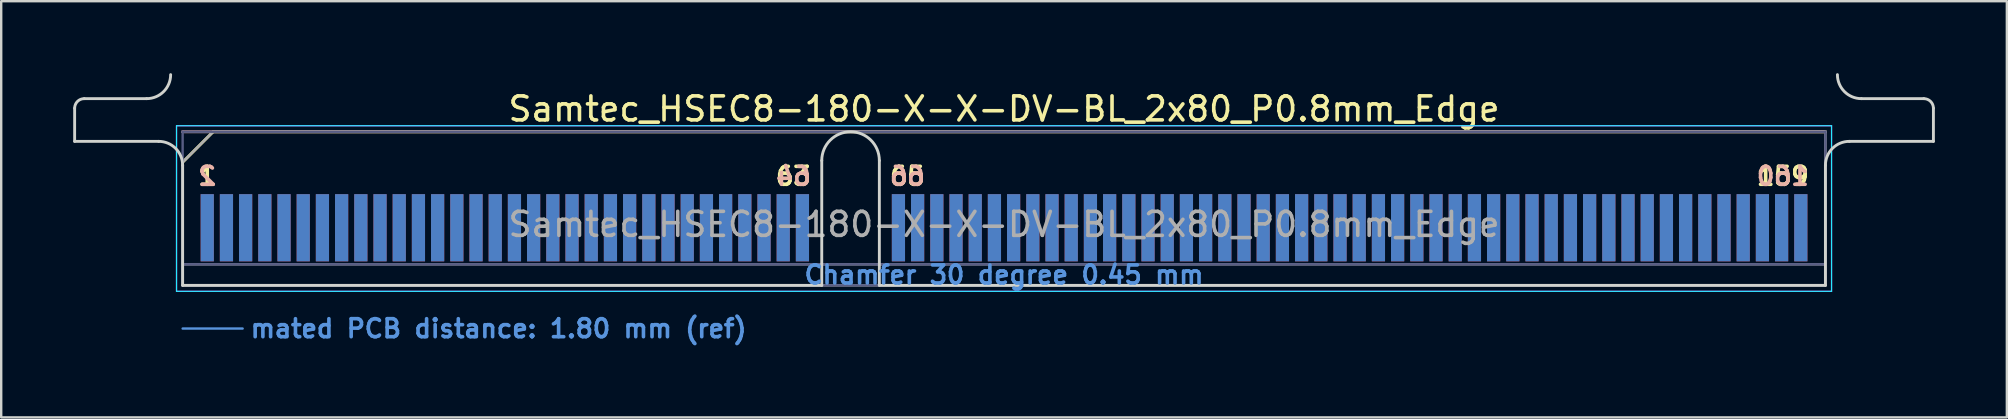
<source format=kicad_pcb>
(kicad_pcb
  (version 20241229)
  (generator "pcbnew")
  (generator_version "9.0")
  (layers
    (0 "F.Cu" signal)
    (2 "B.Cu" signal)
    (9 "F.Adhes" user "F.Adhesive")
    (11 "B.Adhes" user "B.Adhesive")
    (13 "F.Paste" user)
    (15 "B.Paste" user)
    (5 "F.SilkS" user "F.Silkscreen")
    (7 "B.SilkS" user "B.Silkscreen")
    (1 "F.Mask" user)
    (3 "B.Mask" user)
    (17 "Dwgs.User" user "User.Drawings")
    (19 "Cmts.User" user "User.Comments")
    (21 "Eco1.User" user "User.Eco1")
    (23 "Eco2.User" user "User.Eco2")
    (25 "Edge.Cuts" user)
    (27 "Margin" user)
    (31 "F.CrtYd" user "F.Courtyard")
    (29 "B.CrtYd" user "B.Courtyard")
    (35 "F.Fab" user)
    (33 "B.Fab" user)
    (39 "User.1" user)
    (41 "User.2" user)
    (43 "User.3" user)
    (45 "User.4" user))
  (footprint "Samtec_HSEC8-180-X-X-DV-BL_2x80_P0.8mm_Edge"
    (layer "F.Cu")
    (at 38.785 8.84)
    (property "Reference" "Samtec_HSEC8-180-X-X-DV-BL_2x80_P0.8mm_Edge" (at 0 -7.35 0) (layer "F.SilkS") (effects (font (size 1 1) (thickness 0.15))))
    (attr exclude_from_pos_files exclude_from_bom)
    (fp_line (start -34.225 -5.13) (end -32.955 -6.4) (stroke (width 0.12) (type solid)) (layer "F.SilkS"))
    (fp_line (start -32.955 -6.4) (end 34.225 -6.4) (stroke (width 0.12) (type solid)) (layer "F.SilkS"))
    (fp_line (start -34.225 -6.4) (end -34.225 -6.4) (stroke (width 0.12) (type solid)) (layer "B.SilkS"))
    (fp_line (start -34.225 -6.4) (end 34.225 -6.4) (stroke (width 0.12) (type solid)) (layer "B.SilkS"))
    (fp_line (start -34.225 1.8) (end -31.725 1.8) (stroke (width 0.1) (type solid)) (layer "Cmts.User"))
    (fp_line (start -38.725 -6) (end -38.725 -7.38) (stroke (width 0.12) (type solid)) (layer "Edge.Cuts"))
    (fp_line (start -38.325 -7.78) (end -35.725 -7.78) (stroke (width 0.12) (type solid)) (layer "Edge.Cuts"))
    (fp_line (start -35.225 -6) (end -38.725 -6) (stroke (width 0.12) (type solid)) (layer "Edge.Cuts"))
    (fp_line (start -34.225 -5) (end -34.225 0) (stroke (width 0.12) (type solid)) (layer "Edge.Cuts"))
    (fp_line (start -34.225 0) (end -7.595 0) (stroke (width 0.12) (type solid)) (layer "Edge.Cuts"))
    (fp_line (start -7.595 0) (end -7.595 -5.2) (stroke (width 0.12) (type solid)) (layer "Edge.Cuts"))
    (fp_line (start -5.195 -5.2) (end -5.195 0) (stroke (width 0.12) (type solid)) (layer "Edge.Cuts"))
    (fp_line (start -5.195 0) (end 34.225 0) (stroke (width 0.12) (type solid)) (layer "Edge.Cuts"))
    (fp_line (start 34.225 0) (end 34.225 -5) (stroke (width 0.12) (type solid)) (layer "Edge.Cuts"))
    (fp_line (start 35.225 -6) (end 38.725 -6) (stroke (width 0.12) (type solid)) (layer "Edge.Cuts"))
    (fp_line (start 38.325 -7.78) (end 35.725 -7.78) (stroke (width 0.12) (type solid)) (layer "Edge.Cuts"))
    (fp_line (start 38.725 -6) (end 38.725 -7.38) (stroke (width 0.12) (type solid)) (layer "Edge.Cuts"))
    (fp_arc (start -38.725 -7.38) (mid -38.607843 -7.662843) (end -38.325 -7.78) (stroke (width 0.12) (type solid)) (layer "Edge.Cuts"))
    (fp_arc (start -35.225 -6) (mid -34.517893 -5.707107) (end -34.225 -5) (stroke (width 0.12) (type solid)) (layer "Edge.Cuts"))
    (fp_arc (start -34.725 -8.78) (mid -35.017893 -8.072893) (end -35.725 -7.78) (stroke (width 0.12) (type solid)) (layer "Edge.Cuts"))
    (fp_arc (start -7.595 -5.2) (mid -6.395 -6.4) (end -5.195 -5.2) (stroke (width 0.12) (type solid)) (layer "Edge.Cuts"))
    (fp_arc (start 34.225 -5) (mid 34.517893 -5.707107) (end 35.225 -6) (stroke (width 0.12) (type solid)) (layer "Edge.Cuts"))
    (fp_arc (start 35.725 -7.78) (mid 35.017893 -8.072893) (end 34.725 -8.78) (stroke (width 0.12) (type solid)) (layer "Edge.Cuts"))
    (fp_arc (start 38.325 -7.78) (mid 38.607843 -7.662843) (end 38.725 -7.38) (stroke (width 0.12) (type solid)) (layer "Edge.Cuts"))
    (fp_line (start -34.48 -6.65) (end -34.48 0.25) (stroke (width 0.05) (type solid)) (layer "B.CrtYd"))
    (fp_line (start -34.48 0.25) (end 34.48 0.25) (stroke (width 0.05) (type solid)) (layer "B.CrtYd"))
    (fp_line (start 34.48 -6.65) (end -34.48 -6.65) (stroke (width 0.05) (type solid)) (layer "B.CrtYd"))
    (fp_line (start 34.48 0.25) (end 34.48 -6.65) (stroke (width 0.05) (type solid)) (layer "B.CrtYd"))
    (fp_line (start -34.48 -6.65) (end -34.48 0.25) (stroke (width 0.05) (type solid)) (layer "F.CrtYd"))
    (fp_line (start -34.48 0.25) (end 34.48 0.25) (stroke (width 0.05) (type solid)) (layer "F.CrtYd"))
    (fp_line (start 34.48 -6.65) (end -34.48 -6.65) (stroke (width 0.05) (type solid)) (layer "F.CrtYd"))
    (fp_line (start 34.48 0.25) (end 34.48 -6.65) (stroke (width 0.05) (type solid)) (layer "F.CrtYd"))
    (fp_line (start -34.225 -6.4) (end -34.225 -6.4) (stroke (width 0.1) (type solid)) (layer "B.Fab"))
    (fp_line (start -34.225 -6.4) (end -34.225 0) (stroke (width 0.1) (type solid)) (layer "B.Fab"))
    (fp_line (start -34.225 -6.4) (end 34.225 -6.4) (stroke (width 0.1) (type solid)) (layer "B.Fab"))
    (fp_line (start -34.225 -0.88) (end 34.225 -0.88) (stroke (width 0.1) (type solid)) (layer "B.Fab"))
    (fp_line (start -34.225 0) (end 34.225 0) (stroke (width 0.1) (type solid)) (layer "B.Fab"))
    (fp_line (start 34.225 -6.4) (end 34.225 0) (stroke (width 0.1) (type solid)) (layer "B.Fab"))
    (fp_line (start -34.225 -5.13) (end -34.225 0) (stroke (width 0.1) (type solid)) (layer "F.Fab"))
    (fp_line (start -34.225 -5.13) (end -32.955 -6.4) (stroke (width 0.1) (type solid)) (layer "F.Fab"))
    (fp_line (start -34.225 -0.88) (end 34.225 -0.88) (stroke (width 0.1) (type solid)) (layer "F.Fab"))
    (fp_line (start -34.225 0) (end 34.225 0) (stroke (width 0.1) (type solid)) (layer "F.Fab"))
    (fp_line (start -32.955 -6.4) (end 34.225 -6.4) (stroke (width 0.1) (type solid)) (layer "F.Fab"))
    (fp_line (start 34.225 -6.4) (end 34.225 0) (stroke (width 0.1) (type solid)) (layer "F.Fab"))
    (fp_text user "1" (at -33.2 -4.55 0) (layer "F.SilkS") (effects (font (size 0.75 0.75) (thickness 0.15))))
    (fp_text user "63" (at -8.775 -4.55 0) (layer "F.SilkS") (effects (font (size 0.75 0.75) (thickness 0.15))))
    (fp_text user "159" (at 32.45 -4.55 0) (layer "F.SilkS") (effects (font (size 0.75 0.75) (thickness 0.15))))
    (fp_text user "65" (at -4.025 -4.55 0) (layer "F.SilkS") (effects (font (size 0.75 0.75) (thickness 0.15))))
    (fp_text user "2" (at -33.2 -4.55 0) (layer "B.SilkS") (effects (font (size 0.75 0.75) (thickness 0.15)) (justify mirror)))
    (fp_text user "64" (at -8.775 -4.55 0) (layer "B.SilkS") (effects (font (size 0.75 0.75) (thickness 0.15)) (justify mirror)))
    (fp_text user "160" (at 32.45 -4.55 0) (layer "B.SilkS") (effects (font (size 0.75 0.75) (thickness 0.15)) (justify mirror)))
    (fp_text user "66" (at -4.025 -4.55 0) (layer "B.SilkS") (effects (font (size 0.75 0.75) (thickness 0.15)) (justify mirror)))
    (fp_text user "mated PCB distance: 1.80 mm (ref)" (at -31.48 1.8 0) (layer "Cmts.User") (effects (font (size 0.75 0.75) (thickness 0.15)) (justify left)))
    (fp_text user "Chamfer 30 degree 0.45 mm" (at 0 -0.44 0) (layer "Cmts.User") (effects (font (size 0.75 0.75) (thickness 0.15))))
    (fp_text user "${REFERENCE}" (at 0 -2.54 0) (layer "F.Fab") (effects (font (size 1 1) (thickness 0.15))))
    (pad "1" connect rect (at -33.2 -2.4) (size 0.55 2.8) (layers "F.Cu" "F.Mask"))
    (pad "2" connect rect (at -33.2 -2.4) (size 0.55 2.8) (layers "B.Cu" "B.Mask"))
    (pad "3" connect rect (at -32.4 -2.4) (size 0.55 2.8) (layers "F.Cu" "F.Mask"))
    (pad "4" connect rect (at -32.4 -2.4) (size 0.55 2.8) (layers "B.Cu" "B.Mask"))
    (pad "5" connect rect (at -31.6 -2.4) (size 0.55 2.8) (layers "F.Cu" "F.Mask"))
    (pad "6" connect rect (at -31.6 -2.4) (size 0.55 2.8) (layers "B.Cu" "B.Mask"))
    (pad "7" connect rect (at -30.8 -2.4) (size 0.55 2.8) (layers "F.Cu" "F.Mask"))
    (pad "8" connect rect (at -30.8 -2.4) (size 0.55 2.8) (layers "B.Cu" "B.Mask"))
    (pad "9" connect rect (at -30 -2.4) (size 0.55 2.8) (layers "F.Cu" "F.Mask"))
    (pad "10" connect rect (at -30 -2.4) (size 0.55 2.8) (layers "B.Cu" "B.Mask"))
    (pad "11" connect rect (at -29.2 -2.4) (size 0.55 2.8) (layers "F.Cu" "F.Mask"))
    (pad "12" connect rect (at -29.2 -2.4) (size 0.55 2.8) (layers "B.Cu" "B.Mask"))
    (pad "13" connect rect (at -28.4 -2.4) (size 0.55 2.8) (layers "F.Cu" "F.Mask"))
    (pad "14" connect rect (at -28.4 -2.4) (size 0.55 2.8) (layers "B.Cu" "B.Mask"))
    (pad "15" connect rect (at -27.6 -2.4) (size 0.55 2.8) (layers "F.Cu" "F.Mask"))
    (pad "16" connect rect (at -27.6 -2.4) (size 0.55 2.8) (layers "B.Cu" "B.Mask"))
    (pad "17" connect rect (at -26.8 -2.4) (size 0.55 2.8) (layers "F.Cu" "F.Mask"))
    (pad "18" connect rect (at -26.8 -2.4) (size 0.55 2.8) (layers "B.Cu" "B.Mask"))
    (pad "19" connect rect (at -26 -2.4) (size 0.55 2.8) (layers "F.Cu" "F.Mask"))
    (pad "20" connect rect (at -26 -2.4) (size 0.55 2.8) (layers "B.Cu" "B.Mask"))
    (pad "21" connect rect (at -25.2 -2.4) (size 0.55 2.8) (layers "F.Cu" "F.Mask"))
    (pad "22" connect rect (at -25.2 -2.4) (size 0.55 2.8) (layers "B.Cu" "B.Mask"))
    (pad "23" connect rect (at -24.4 -2.4) (size 0.55 2.8) (layers "F.Cu" "F.Mask"))
    (pad "24" connect rect (at -24.4 -2.4) (size 0.55 2.8) (layers "B.Cu" "B.Mask"))
    (pad "25" connect rect (at -23.6 -2.4) (size 0.55 2.8) (layers "F.Cu" "F.Mask"))
    (pad "26" connect rect (at -23.6 -2.4) (size 0.55 2.8) (layers "B.Cu" "B.Mask"))
    (pad "27" connect rect (at -22.8 -2.4) (size 0.55 2.8) (layers "F.Cu" "F.Mask"))
    (pad "28" connect rect (at -22.8 -2.4) (size 0.55 2.8) (layers "B.Cu" "B.Mask"))
    (pad "29" connect rect (at -22 -2.4) (size 0.55 2.8) (layers "F.Cu" "F.Mask"))
    (pad "30" connect rect (at -22 -2.4) (size 0.55 2.8) (layers "B.Cu" "B.Mask"))
    (pad "31" connect rect (at -21.2 -2.4) (size 0.55 2.8) (layers "F.Cu" "F.Mask"))
    (pad "32" connect rect (at -21.2 -2.4) (size 0.55 2.8) (layers "B.Cu" "B.Mask"))
    (pad "33" connect rect (at -20.4 -2.4) (size 0.55 2.8) (layers "F.Cu" "F.Mask"))
    (pad "34" connect rect (at -20.4 -2.4) (size 0.55 2.8) (layers "B.Cu" "B.Mask"))
    (pad "35" connect rect (at -19.6 -2.4) (size 0.55 2.8) (layers "F.Cu" "F.Mask"))
    (pad "36" connect rect (at -19.6 -2.4) (size 0.55 2.8) (layers "B.Cu" "B.Mask"))
    (pad "37" connect rect (at -18.8 -2.4) (size 0.55 2.8) (layers "F.Cu" "F.Mask"))
    (pad "38" connect rect (at -18.8 -2.4) (size 0.55 2.8) (layers "B.Cu" "B.Mask"))
    (pad "39" connect rect (at -18 -2.4) (size 0.55 2.8) (layers "F.Cu" "F.Mask"))
    (pad "40" connect rect (at -18 -2.4) (size 0.55 2.8) (layers "B.Cu" "B.Mask"))
    (pad "41" connect rect (at -17.2 -2.4) (size 0.55 2.8) (layers "F.Cu" "F.Mask"))
    (pad "42" connect rect (at -17.2 -2.4) (size 0.55 2.8) (layers "B.Cu" "B.Mask"))
    (pad "43" connect rect (at -16.4 -2.4) (size 0.55 2.8) (layers "F.Cu" "F.Mask"))
    (pad "44" connect rect (at -16.4 -2.4) (size 0.55 2.8) (layers "B.Cu" "B.Mask"))
    (pad "45" connect rect (at -15.6 -2.4) (size 0.55 2.8) (layers "F.Cu" "F.Mask"))
    (pad "46" connect rect (at -15.6 -2.4) (size 0.55 2.8) (layers "B.Cu" "B.Mask"))
    (pad "47" connect rect (at -14.8 -2.4) (size 0.55 2.8) (layers "F.Cu" "F.Mask"))
    (pad "48" connect rect (at -14.8 -2.4) (size 0.55 2.8) (layers "B.Cu" "B.Mask"))
    (pad "49" connect rect (at -14 -2.4) (size 0.55 2.8) (layers "F.Cu" "F.Mask"))
    (pad "50" connect rect (at -14 -2.4) (size 0.55 2.8) (layers "B.Cu" "B.Mask"))
    (pad "51" connect rect (at -13.2 -2.4) (size 0.55 2.8) (layers "F.Cu" "F.Mask"))
    (pad "52" connect rect (at -13.2 -2.4) (size 0.55 2.8) (layers "B.Cu" "B.Mask"))
    (pad "53" connect rect (at -12.4 -2.4) (size 0.55 2.8) (layers "F.Cu" "F.Mask"))
    (pad "54" connect rect (at -12.4 -2.4) (size 0.55 2.8) (layers "B.Cu" "B.Mask"))
    (pad "55" connect rect (at -11.6 -2.4) (size 0.55 2.8) (layers "F.Cu" "F.Mask"))
    (pad "56" connect rect (at -11.6 -2.4) (size 0.55 2.8) (layers "B.Cu" "B.Mask"))
    (pad "57" connect rect (at -10.8 -2.4) (size 0.55 2.8) (layers "F.Cu" "F.Mask"))
    (pad "58" connect rect (at -10.8 -2.4) (size 0.55 2.8) (layers "B.Cu" "B.Mask"))
    (pad "59" connect rect (at -10 -2.4) (size 0.55 2.8) (layers "F.Cu" "F.Mask"))
    (pad "60" connect rect (at -10 -2.4) (size 0.55 2.8) (layers "B.Cu" "B.Mask"))
    (pad "61" connect rect (at -9.2 -2.4) (size 0.55 2.8) (layers "F.Cu" "F.Mask"))
    (pad "62" connect rect (at -9.2 -2.4) (size 0.55 2.8) (layers "B.Cu" "B.Mask"))
    (pad "63" connect rect (at -8.4 -2.4) (size 0.55 2.8) (layers "F.Cu" "F.Mask"))
    (pad "64" connect rect (at -8.4 -2.4) (size 0.55 2.8) (layers "B.Cu" "B.Mask"))
    (pad "65" connect rect (at -4.4 -2.4) (size 0.55 2.8) (layers "F.Cu" "F.Mask"))
    (pad "66" connect rect (at -4.4 -2.4) (size 0.55 2.8) (layers "B.Cu" "B.Mask"))
    (pad "67" connect rect (at -3.6 -2.4) (size 0.55 2.8) (layers "F.Cu" "F.Mask"))
    (pad "68" connect rect (at -3.6 -2.4) (size 0.55 2.8) (layers "B.Cu" "B.Mask"))
    (pad "69" connect rect (at -2.8 -2.4) (size 0.55 2.8) (layers "F.Cu" "F.Mask"))
    (pad "70" connect rect (at -2.8 -2.4) (size 0.55 2.8) (layers "B.Cu" "B.Mask"))
    (pad "71" connect rect (at -2 -2.4) (size 0.55 2.8) (layers "F.Cu" "F.Mask"))
    (pad "72" connect rect (at -2 -2.4) (size 0.55 2.8) (layers "B.Cu" "B.Mask"))
    (pad "73" connect rect (at -1.2 -2.4) (size 0.55 2.8) (layers "F.Cu" "F.Mask"))
    (pad "74" connect rect (at -1.2 -2.4) (size 0.55 2.8) (layers "B.Cu" "B.Mask"))
    (pad "75" connect rect (at -0.4 -2.4) (size 0.55 2.8) (layers "F.Cu" "F.Mask"))
    (pad "76" connect rect (at -0.4 -2.4) (size 0.55 2.8) (layers "B.Cu" "B.Mask"))
    (pad "77" connect rect (at 0.4 -2.4) (size 0.55 2.8) (layers "F.Cu" "F.Mask"))
    (pad "78" connect rect (at 0.4 -2.4) (size 0.55 2.8) (layers "B.Cu" "B.Mask"))
    (pad "79" connect rect (at 1.2 -2.4) (size 0.55 2.8) (layers "F.Cu" "F.Mask"))
    (pad "80" connect rect (at 1.2 -2.4) (size 0.55 2.8) (layers "B.Cu" "B.Mask"))
    (pad "81" connect rect (at 2 -2.4) (size 0.55 2.8) (layers "F.Cu" "F.Mask"))
    (pad "82" connect rect (at 2 -2.4) (size 0.55 2.8) (layers "B.Cu" "B.Mask"))
    (pad "83" connect rect (at 2.8 -2.4) (size 0.55 2.8) (layers "F.Cu" "F.Mask"))
    (pad "84" connect rect (at 2.8 -2.4) (size 0.55 2.8) (layers "B.Cu" "B.Mask"))
    (pad "85" connect rect (at 3.6 -2.4) (size 0.55 2.8) (layers "F.Cu" "F.Mask"))
    (pad "86" connect rect (at 3.6 -2.4) (size 0.55 2.8) (layers "B.Cu" "B.Mask"))
    (pad "87" connect rect (at 4.4 -2.4) (size 0.55 2.8) (layers "F.Cu" "F.Mask"))
    (pad "88" connect rect (at 4.4 -2.4) (size 0.55 2.8) (layers "B.Cu" "B.Mask"))
    (pad "89" connect rect (at 5.2 -2.4) (size 0.55 2.8) (layers "F.Cu" "F.Mask"))
    (pad "90" connect rect (at 5.2 -2.4) (size 0.55 2.8) (layers "B.Cu" "B.Mask"))
    (pad "91" connect rect (at 6 -2.4) (size 0.55 2.8) (layers "F.Cu" "F.Mask"))
    (pad "92" connect rect (at 6 -2.4) (size 0.55 2.8) (layers "B.Cu" "B.Mask"))
    (pad "93" connect rect (at 6.8 -2.4) (size 0.55 2.8) (layers "F.Cu" "F.Mask"))
    (pad "94" connect rect (at 6.8 -2.4) (size 0.55 2.8) (layers "B.Cu" "B.Mask"))
    (pad "95" connect rect (at 7.6 -2.4) (size 0.55 2.8) (layers "F.Cu" "F.Mask"))
    (pad "96" connect rect (at 7.6 -2.4) (size 0.55 2.8) (layers "B.Cu" "B.Mask"))
    (pad "97" connect rect (at 8.4 -2.4) (size 0.55 2.8) (layers "F.Cu" "F.Mask"))
    (pad "98" connect rect (at 8.4 -2.4) (size 0.55 2.8) (layers "B.Cu" "B.Mask"))
    (pad "99" connect rect (at 9.2 -2.4) (size 0.55 2.8) (layers "F.Cu" "F.Mask"))
    (pad "100" connect rect (at 9.2 -2.4) (size 0.55 2.8) (layers "B.Cu" "B.Mask"))
    (pad "101" connect rect (at 10 -2.4) (size 0.55 2.8) (layers "F.Cu" "F.Mask"))
    (pad "102" connect rect (at 10 -2.4) (size 0.55 2.8) (layers "B.Cu" "B.Mask"))
    (pad "103" connect rect (at 10.8 -2.4) (size 0.55 2.8) (layers "F.Cu" "F.Mask"))
    (pad "104" connect rect (at 10.8 -2.4) (size 0.55 2.8) (layers "B.Cu" "B.Mask"))
    (pad "105" connect rect (at 11.6 -2.4) (size 0.55 2.8) (layers "F.Cu" "F.Mask"))
    (pad "106" connect rect (at 11.6 -2.4) (size 0.55 2.8) (layers "B.Cu" "B.Mask"))
    (pad "107" connect rect (at 12.4 -2.4) (size 0.55 2.8) (layers "F.Cu" "F.Mask"))
    (pad "108" connect rect (at 12.4 -2.4) (size 0.55 2.8) (layers "B.Cu" "B.Mask"))
    (pad "109" connect rect (at 13.2 -2.4) (size 0.55 2.8) (layers "F.Cu" "F.Mask"))
    (pad "110" connect rect (at 13.2 -2.4) (size 0.55 2.8) (layers "B.Cu" "B.Mask"))
    (pad "111" connect rect (at 14 -2.4) (size 0.55 2.8) (layers "F.Cu" "F.Mask"))
    (pad "112" connect rect (at 14 -2.4) (size 0.55 2.8) (layers "B.Cu" "B.Mask"))
    (pad "113" connect rect (at 14.8 -2.4) (size 0.55 2.8) (layers "F.Cu" "F.Mask"))
    (pad "114" connect rect (at 14.8 -2.4) (size 0.55 2.8) (layers "B.Cu" "B.Mask"))
    (pad "115" connect rect (at 15.6 -2.4) (size 0.55 2.8) (layers "F.Cu" "F.Mask"))
    (pad "116" connect rect (at 15.6 -2.4) (size 0.55 2.8) (layers "B.Cu" "B.Mask"))
    (pad "117" connect rect (at 16.4 -2.4) (size 0.55 2.8) (layers "F.Cu" "F.Mask"))
    (pad "118" connect rect (at 16.4 -2.4) (size 0.55 2.8) (layers "B.Cu" "B.Mask"))
    (pad "119" connect rect (at 17.2 -2.4) (size 0.55 2.8) (layers "F.Cu" "F.Mask"))
    (pad "120" connect rect (at 17.2 -2.4) (size 0.55 2.8) (layers "B.Cu" "B.Mask"))
    (pad "121" connect rect (at 18 -2.4) (size 0.55 2.8) (layers "F.Cu" "F.Mask"))
    (pad "122" connect rect (at 18 -2.4) (size 0.55 2.8) (layers "B.Cu" "B.Mask"))
    (pad "123" connect rect (at 18.8 -2.4) (size 0.55 2.8) (layers "F.Cu" "F.Mask"))
    (pad "124" connect rect (at 18.8 -2.4) (size 0.55 2.8) (layers "B.Cu" "B.Mask"))
    (pad "125" connect rect (at 19.6 -2.4) (size 0.55 2.8) (layers "F.Cu" "F.Mask"))
    (pad "126" connect rect (at 19.6 -2.4) (size 0.55 2.8) (layers "B.Cu" "B.Mask"))
    (pad "127" connect rect (at 20.4 -2.4) (size 0.55 2.8) (layers "F.Cu" "F.Mask"))
    (pad "128" connect rect (at 20.4 -2.4) (size 0.55 2.8) (layers "B.Cu" "B.Mask"))
    (pad "129" connect rect (at 21.2 -2.4) (size 0.55 2.8) (layers "F.Cu" "F.Mask"))
    (pad "130" connect rect (at 21.2 -2.4) (size 0.55 2.8) (layers "B.Cu" "B.Mask"))
    (pad "131" connect rect (at 22 -2.4) (size 0.55 2.8) (layers "F.Cu" "F.Mask"))
    (pad "132" connect rect (at 22 -2.4) (size 0.55 2.8) (layers "B.Cu" "B.Mask"))
    (pad "133" connect rect (at 22.8 -2.4) (size 0.55 2.8) (layers "F.Cu" "F.Mask"))
    (pad "134" connect rect (at 22.8 -2.4) (size 0.55 2.8) (layers "B.Cu" "B.Mask"))
    (pad "135" connect rect (at 23.6 -2.4) (size 0.55 2.8) (layers "F.Cu" "F.Mask"))
    (pad "136" connect rect (at 23.6 -2.4) (size 0.55 2.8) (layers "B.Cu" "B.Mask"))
    (pad "137" connect rect (at 24.4 -2.4) (size 0.55 2.8) (layers "F.Cu" "F.Mask"))
    (pad "138" connect rect (at 24.4 -2.4) (size 0.55 2.8) (layers "B.Cu" "B.Mask"))
    (pad "139" connect rect (at 25.2 -2.4) (size 0.55 2.8) (layers "F.Cu" "F.Mask"))
    (pad "140" connect rect (at 25.2 -2.4) (size 0.55 2.8) (layers "B.Cu" "B.Mask"))
    (pad "141" connect rect (at 26 -2.4) (size 0.55 2.8) (layers "F.Cu" "F.Mask"))
    (pad "142" connect rect (at 26 -2.4) (size 0.55 2.8) (layers "B.Cu" "B.Mask"))
    (pad "143" connect rect (at 26.8 -2.4) (size 0.55 2.8) (layers "F.Cu" "F.Mask"))
    (pad "144" connect rect (at 26.8 -2.4) (size 0.55 2.8) (layers "B.Cu" "B.Mask"))
    (pad "145" connect rect (at 27.6 -2.4) (size 0.55 2.8) (layers "F.Cu" "F.Mask"))
    (pad "146" connect rect (at 27.6 -2.4) (size 0.55 2.8) (layers "B.Cu" "B.Mask"))
    (pad "147" connect rect (at 28.4 -2.4) (size 0.55 2.8) (layers "F.Cu" "F.Mask"))
    (pad "148" connect rect (at 28.4 -2.4) (size 0.55 2.8) (layers "B.Cu" "B.Mask"))
    (pad "149" connect rect (at 29.2 -2.4) (size 0.55 2.8) (layers "F.Cu" "F.Mask"))
    (pad "150" connect rect (at 29.2 -2.4) (size 0.55 2.8) (layers "B.Cu" "B.Mask"))
    (pad "151" connect rect (at 30 -2.4) (size 0.55 2.8) (layers "F.Cu" "F.Mask"))
    (pad "152" connect rect (at 30 -2.4) (size 0.55 2.8) (layers "B.Cu" "B.Mask"))
    (pad "153" connect rect (at 30.8 -2.4) (size 0.55 2.8) (layers "F.Cu" "F.Mask"))
    (pad "154" connect rect (at 30.8 -2.4) (size 0.55 2.8) (layers "B.Cu" "B.Mask"))
    (pad "155" connect rect (at 31.6 -2.4) (size 0.55 2.8) (layers "F.Cu" "F.Mask"))
    (pad "156" connect rect (at 31.6 -2.4) (size 0.55 2.8) (layers "B.Cu" "B.Mask"))
    (pad "157" connect rect (at 32.4 -2.4) (size 0.55 2.8) (layers "F.Cu" "F.Mask"))
    (pad "158" connect rect (at 32.4 -2.4) (size 0.55 2.8) (layers "B.Cu" "B.Mask"))
    (pad "159" connect rect (at 33.2 -2.4) (size 0.55 2.8) (layers "F.Cu" "F.Mask"))
    (pad "160" connect rect (at 33.2 -2.4) (size 0.55 2.8) (layers "B.Cu" "B.Mask")))
  (gr_rect
    (start -3 -3)
    (end 80.57 14.342)
    (stroke (width 0.1) (type default))
    (fill no)
    (layer "Edge.Cuts")))
</source>
